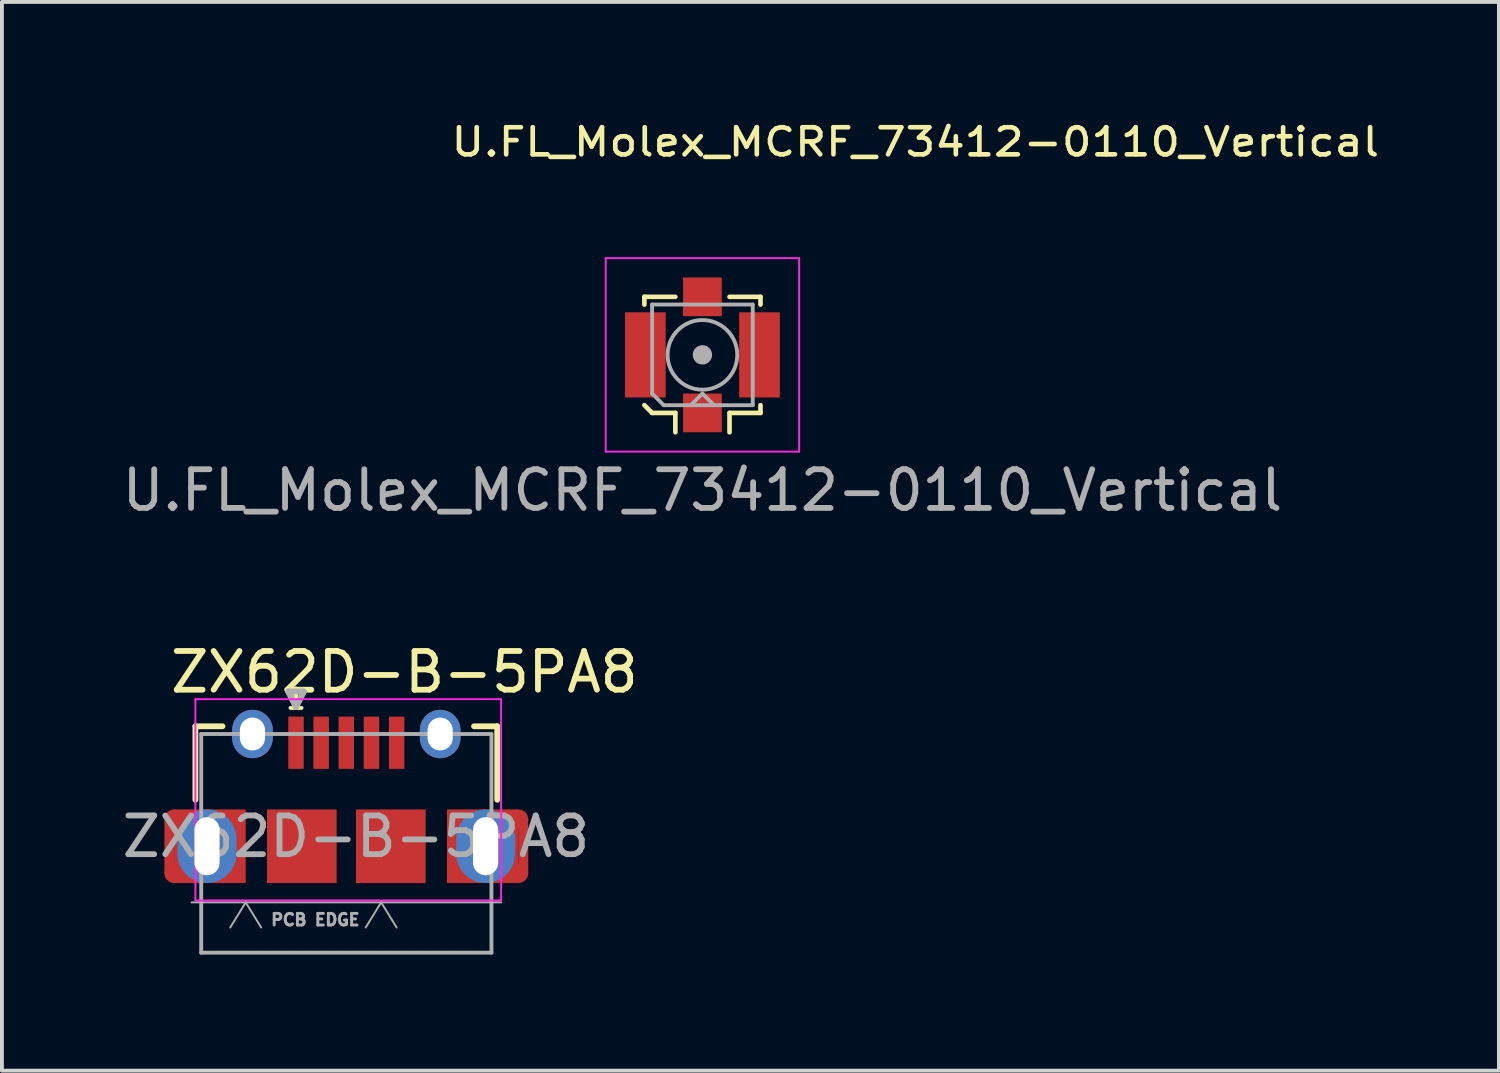
<source format=kicad_pcb>
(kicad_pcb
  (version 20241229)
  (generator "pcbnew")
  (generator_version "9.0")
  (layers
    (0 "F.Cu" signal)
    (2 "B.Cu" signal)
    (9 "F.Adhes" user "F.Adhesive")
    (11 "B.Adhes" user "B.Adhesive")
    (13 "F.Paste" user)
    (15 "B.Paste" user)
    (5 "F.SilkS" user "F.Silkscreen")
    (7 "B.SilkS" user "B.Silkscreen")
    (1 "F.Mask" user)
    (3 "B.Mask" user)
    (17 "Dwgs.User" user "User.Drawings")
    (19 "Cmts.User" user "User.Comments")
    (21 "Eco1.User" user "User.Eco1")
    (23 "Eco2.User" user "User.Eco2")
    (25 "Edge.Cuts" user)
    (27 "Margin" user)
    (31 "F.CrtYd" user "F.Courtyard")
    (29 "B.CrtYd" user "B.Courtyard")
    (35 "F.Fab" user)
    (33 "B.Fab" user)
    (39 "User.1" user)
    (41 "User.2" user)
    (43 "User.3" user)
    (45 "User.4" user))
  (footprint "U.FL_Molex_MCRF_73412-0110_Vertical"
    (layer "F.Cu")
    (at 15.101 6.12)
    (property "Reference" "U.FL_Molex_MCRF_73412-0110_Vertical" (at 5.5 -5.5 0) (layer "F.SilkS") (effects (font (size 0.7 0.8) (thickness 0.12))))
    (attr smd)
    (fp_line (start -1.5 -1.5) (end -0.7 -1.5) (stroke (width 0.12) (type solid)) (layer "F.SilkS"))
    (fp_line (start -1.5 -1.3) (end -1.5 -1.5) (stroke (width 0.12) (type solid)) (layer "F.SilkS"))
    (fp_line (start -1.3 1.5) (end -1.5 1.3) (stroke (width 0.12) (type solid)) (layer "F.SilkS"))
    (fp_line (start -0.7 1.5) (end -1.3 1.5) (stroke (width 0.12) (type solid)) (layer "F.SilkS"))
    (fp_line (start -0.7 1.5) (end -0.7 2) (stroke (width 0.12) (type solid)) (layer "F.SilkS"))
    (fp_line (start 0.7 -1.5) (end 1.5 -1.5) (stroke (width 0.12) (type solid)) (layer "F.SilkS"))
    (fp_line (start 0.7 1.5) (end 0.7 2) (stroke (width 0.12) (type solid)) (layer "F.SilkS"))
    (fp_line (start 1.5 -1.5) (end 1.5 -1.3) (stroke (width 0.12) (type solid)) (layer "F.SilkS"))
    (fp_line (start 1.5 1.3) (end 1.5 1.5) (stroke (width 0.12) (type solid)) (layer "F.SilkS"))
    (fp_line (start 1.5 1.5) (end 0.7 1.5) (stroke (width 0.12) (type solid)) (layer "F.SilkS"))
    (fp_line (start -2.5 -2.5) (end -2.5 2.5) (stroke (width 0.05) (type solid)) (layer "F.CrtYd"))
    (fp_line (start -2.5 2.5) (end 2.5 2.5) (stroke (width 0.05) (type solid)) (layer "F.CrtYd"))
    (fp_line (start 2.5 -2.5) (end -2.5 -2.5) (stroke (width 0.05) (type solid)) (layer "F.CrtYd"))
    (fp_line (start 2.5 2.5) (end 2.5 -2.5) (stroke (width 0.05) (type solid)) (layer "F.CrtYd"))
    (fp_line (start -1.3 -1.3) (end -1.3 1) (stroke (width 0.1) (type solid)) (layer "F.Fab"))
    (fp_line (start -1.3 -1.3) (end 1.3 -1.3) (stroke (width 0.1) (type solid)) (layer "F.Fab"))
    (fp_line (start -1.3 1) (end -1 1.3) (stroke (width 0.1) (type solid)) (layer "F.Fab"))
    (fp_line (start -1 1.3) (end 1.3 1.3) (stroke (width 0.1) (type solid)) (layer "F.Fab"))
    (fp_line (start -0.3 1.3) (end 0 1) (stroke (width 0.1) (type solid)) (layer "F.Fab"))
    (fp_line (start 0 1) (end 0.3 1.3) (stroke (width 0.1) (type solid)) (layer "F.Fab"))
    (fp_line (start 1.3 -1.3) (end 1.3 1.3) (stroke (width 0.1) (type solid)) (layer "F.Fab"))
    (fp_circle (center 0 0) (end 0 0.05) (stroke (width 0.1) (type solid)) (fill no) (layer "F.Fab"))
    (fp_circle (center 0 0) (end 0 0.125) (stroke (width 0.1) (type solid)) (fill no) (layer "F.Fab"))
    (fp_circle (center 0 0) (end 0 0.2) (stroke (width 0.1) (type solid)) (fill no) (layer "F.Fab"))
    (fp_circle (center 0 0) (end 0.9 0) (stroke (width 0.1) (type solid)) (fill no) (layer "F.Fab"))
    (fp_text user "${REFERENCE}" (at 0 3.5 0) (layer "F.Fab") (effects (font (size 1 1) (thickness 0.15))))
    (pad "1" smd rect (at 0 1.5) (size 1 1) (layers "F.Cu" "F.Mask" "F.Paste"))
    (pad "2" smd rect (at -1.475 0) (size 1.05 2.2) (layers "F.Cu" "F.Mask" "F.Paste"))
    (pad "2" smd rect (at 0 -1.5) (size 1 1) (layers "F.Cu" "F.Mask" "F.Paste"))
    (pad "2" smd rect (at 1.475 0) (size 1.05 2.2) (layers "F.Cu" "F.Mask" "F.Paste")))
  (footprint "ZX62D-B-5PA8"
    (layer "F.Cu")
    (at 5.899 18.817)
    (property "Reference" "ZX62D-B-5PA8" (at 1.5 -4.5 0) (layer "F.SilkS") (effects (font (size 1 1) (thickness 0.15))))
    (attr through_hole)
    (fp_line (start -3.9 -3.1) (end -3.9 -1.2) (stroke (width 0.15) (type solid)) (layer "F.SilkS"))
    (fp_line (start -3.9 -3.1) (end -3.2 -3.1) (stroke (width 0.15) (type solid)) (layer "F.SilkS"))
    (fp_line (start -1.5 -4) (end -1.3 -3.6) (stroke (width 0.15) (type solid)) (layer "F.SilkS"))
    (fp_line (start -1.3 -3.6) (end -1.1 -4) (stroke (width 0.15) (type solid)) (layer "F.SilkS"))
    (fp_line (start -1.1 -4) (end -1.5 -4) (stroke (width 0.15) (type solid)) (layer "F.SilkS"))
    (fp_line (start 3.3 -3.1) (end 3.9 -3.1) (stroke (width 0.15) (type solid)) (layer "F.SilkS"))
    (fp_line (start 3.9 -3.1) (end 3.9 -1.2) (stroke (width 0.15) (type solid)) (layer "F.SilkS"))
    (fp_line (start -3.9 -3.8) (end 4 -3.8) (stroke (width 0.05) (type solid)) (layer "F.CrtYd"))
    (fp_line (start -3.9 1.4) (end -3.9 -3.8) (stroke (width 0.05) (type solid)) (layer "F.CrtYd"))
    (fp_line (start 4 -3.8) (end 4 1.4) (stroke (width 0.05) (type solid)) (layer "F.CrtYd"))
    (fp_line (start 4 1.4) (end -3.9 1.4) (stroke (width 0.05) (type solid)) (layer "F.CrtYd"))
    (fp_line (start -4 1.45) (end 4 1.45) (stroke (width 0.05) (type solid)) (layer "F.Fab"))
    (fp_line (start -3.75 -2.9) (end 3.75 -2.9) (stroke (width 0.1) (type solid)) (layer "F.Fab"))
    (fp_line (start -3.75 2.75) (end -3.75 -2.9) (stroke (width 0.1) (type solid)) (layer "F.Fab"))
    (fp_line (start -3 2.1) (end -2.6 1.45) (stroke (width 0.05) (type solid)) (layer "F.Fab"))
    (fp_line (start -2.6 1.45) (end -2.2 2.1) (stroke (width 0.05) (type solid)) (layer "F.Fab"))
    (fp_line (start -1.5 -4) (end -1.1 -4) (stroke (width 0.15) (type solid)) (layer "F.Fab"))
    (fp_line (start -1.3 -3.6) (end -1.5 -4) (stroke (width 0.15) (type solid)) (layer "F.Fab"))
    (fp_line (start -1.1 -4) (end -1.3 -3.6) (stroke (width 0.15) (type solid)) (layer "F.Fab"))
    (fp_line (start 0.5 2.1) (end 0.9 1.45) (stroke (width 0.05) (type solid)) (layer "F.Fab"))
    (fp_line (start 0.9 1.45) (end 1.3 2.1) (stroke (width 0.05) (type solid)) (layer "F.Fab"))
    (fp_line (start 3.75 -2.9) (end 3.75 2.75) (stroke (width 0.1) (type solid)) (layer "F.Fab"))
    (fp_line (start 3.75 2.75) (end -3.75 2.75) (stroke (width 0.1) (type solid)) (layer "F.Fab"))
    (fp_text user "1" (at -1.3 -3.8 0) (layer "F.SilkS") (effects (font (size 0.5 0.5) (thickness 0.1))))
    (fp_text user "PCB EDGE" (at -0.8 1.9 0) (layer "F.Fab") (effects (font (size 0.3 0.3) (thickness 0.075))))
    (fp_text user "${REFERENCE}" (at 0.25 -0.25 0) (layer "F.Fab") (effects (font (size 1 1) (thickness 0.15))))
    (pad "" smd rect (at -4.575 0) (size 0.25 1.4) (layers "F.Cu" "F.Mask" "F.Paste"))
    (pad "" smd circle (at -4.45 -0.7) (size 0.5 0.5) (layers "F.Cu" "F.Mask" "F.Paste"))
    (pad "" smd circle (at -4.45 0.7) (size 0.5 0.5) (layers "F.Cu" "F.Mask" "F.Paste"))
    (pad "" smd rect (at -3.525 0) (size 1.85 1.9) (layers "F.Cu" "F.Mask" "F.Paste"))
    (pad "" smd rect (at -1.15 0) (size 1.8 1.9) (layers "F.Cu" "F.Mask" "F.Paste"))
    (pad "" smd rect (at 1.15 0) (size 1.8 1.9) (layers "F.Cu" "F.Mask" "F.Paste"))
    (pad "" smd rect (at 3.525 0) (size 1.85 1.9) (layers "F.Cu" "F.Mask" "F.Paste"))
    (pad "" smd circle (at 4.45 -0.7) (size 0.5 0.5) (layers "F.Cu" "F.Mask" "F.Paste"))
    (pad "" smd circle (at 4.45 0.7) (size 0.5 0.5) (layers "F.Cu" "F.Mask" "F.Paste"))
    (pad "" smd rect (at 4.575 0) (size 0.25 1.4) (layers "F.Cu" "F.Mask" "F.Paste"))
    (pad "1" smd rect (at -1.3 -2.675) (size 0.4 1.35) (layers "F.Cu" "F.Mask" "F.Paste"))
    (pad "2" smd rect (at -0.65 -2.675) (size 0.4 1.35) (layers "F.Cu" "F.Mask" "F.Paste"))
    (pad "3" smd rect (at 0 -2.675) (size 0.4 1.35) (layers "F.Cu" "F.Mask" "F.Paste"))
    (pad "4" smd rect (at 0.65 -2.675) (size 0.4 1.35) (layers "F.Cu" "F.Mask" "F.Paste"))
    (pad "5" smd rect (at 1.3 -2.675) (size 0.4 1.35) (layers "F.Cu" "F.Mask" "F.Paste"))
    (pad "6" thru_hole oval (at -3.6 0) (size 1.524 1.9) (drill oval 0.65 1.5) (layers "*.Cu" "*.Mask"))
    (pad "7" thru_hole oval (at -2.425 -2.9) (size 1.05 1.25) (drill oval 0.65 0.85) (layers "*.Cu" "*.Mask"))
    (pad "8" thru_hole oval (at 2.425 -2.9) (size 1.05 1.25) (drill oval 0.65 0.85) (layers "*.Cu" "*.Mask"))
    (pad "9" thru_hole oval (at 3.6 0) (size 1.524 1.9) (drill oval 0.65 1.5) (layers "*.Cu" "*.Mask")))
  (gr_rect
    (start -3 -3)
    (end 35.682 24.617)
    (stroke (width 0.1) (type default))
    (fill no)
    (layer "Edge.Cuts")))
</source>
